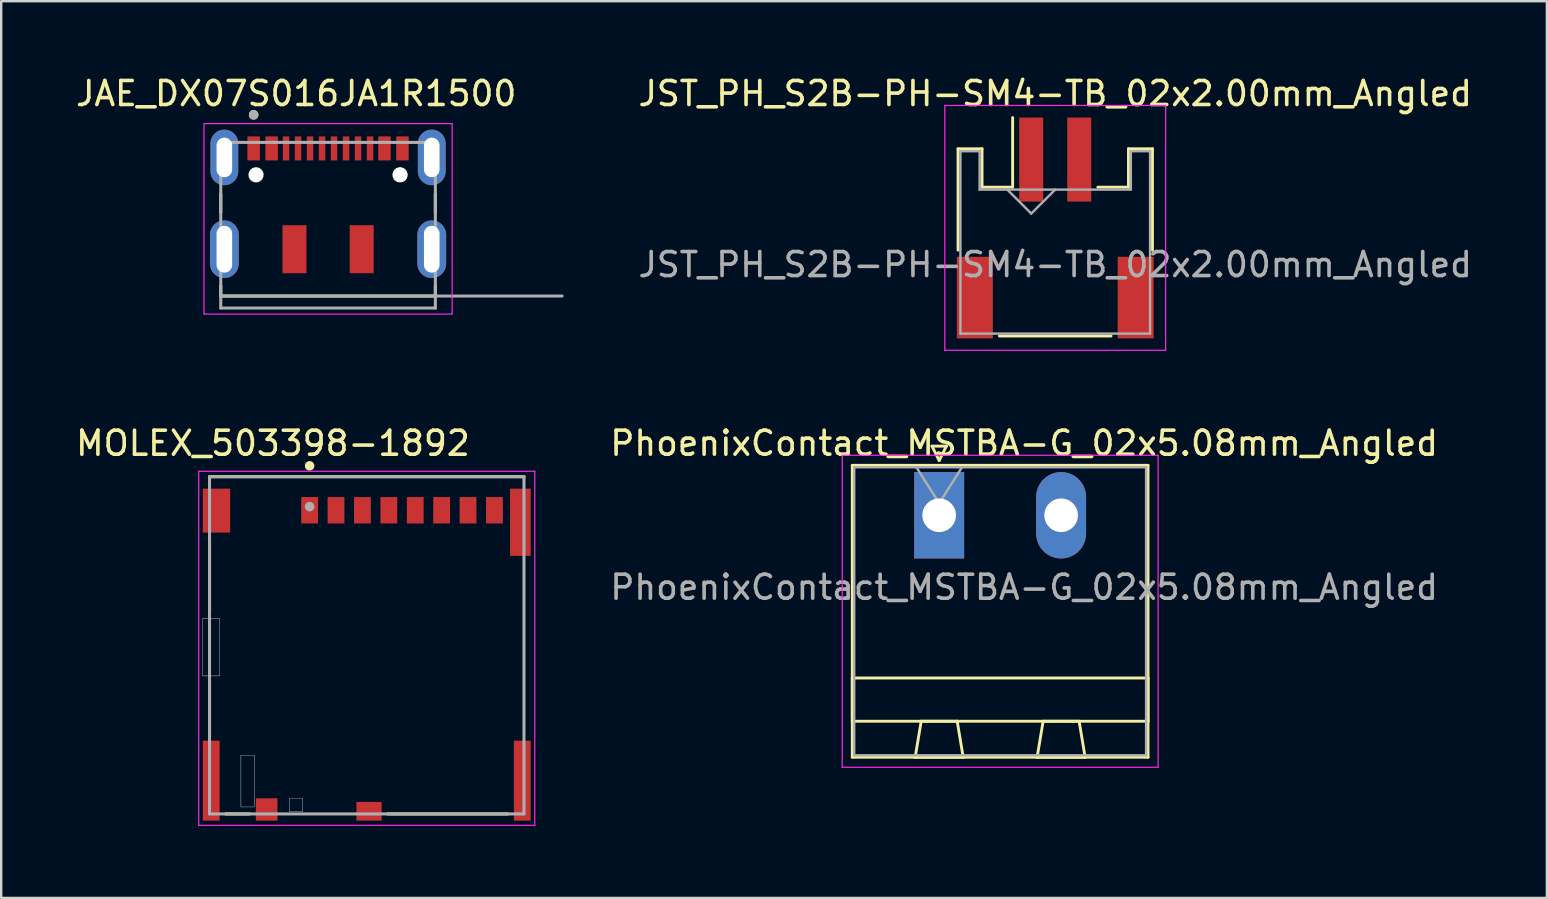
<source format=kicad_pcb>
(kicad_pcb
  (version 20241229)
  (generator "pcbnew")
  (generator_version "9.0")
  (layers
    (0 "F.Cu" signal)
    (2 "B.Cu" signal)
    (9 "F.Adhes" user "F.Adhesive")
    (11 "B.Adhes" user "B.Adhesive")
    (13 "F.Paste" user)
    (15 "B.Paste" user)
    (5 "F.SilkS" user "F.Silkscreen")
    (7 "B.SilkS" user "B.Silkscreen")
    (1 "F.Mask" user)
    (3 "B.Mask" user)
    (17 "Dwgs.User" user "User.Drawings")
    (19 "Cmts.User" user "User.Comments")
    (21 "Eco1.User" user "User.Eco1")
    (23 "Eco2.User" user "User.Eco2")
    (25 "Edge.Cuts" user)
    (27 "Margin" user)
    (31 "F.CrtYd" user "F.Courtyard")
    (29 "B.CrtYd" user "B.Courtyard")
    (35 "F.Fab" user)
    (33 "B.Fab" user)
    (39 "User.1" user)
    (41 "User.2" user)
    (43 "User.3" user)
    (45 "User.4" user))
  (footprint "JST_PH_S2B-PH-SM4-TB_02x2.00mm_Angled"
    (layer "F.Cu")
    (at 40.912 6.473)
    (property "Reference" "JST_PH_S2B-PH-SM4-TB_02x2.00mm_Angled" (at 0 -5.625 0) (layer "F.SilkS") (effects (font (size 1 1) (thickness 0.15))))
    (attr smd)
    (fp_line (start -4.05 -3.325) (end -4.05 0.9) (stroke (width 0.12) (type solid)) (layer "F.SilkS"))
    (fp_line (start -3.05 -3.325) (end -4.05 -3.325) (stroke (width 0.12) (type solid)) (layer "F.SilkS"))
    (fp_line (start -3.05 -1.725) (end -3.05 -3.325) (stroke (width 0.12) (type solid)) (layer "F.SilkS"))
    (fp_line (start -2.325 4.475) (end 2.325 4.475) (stroke (width 0.12) (type solid)) (layer "F.SilkS"))
    (fp_line (start -1.775 -1.725) (end -3.05 -1.725) (stroke (width 0.12) (type solid)) (layer "F.SilkS"))
    (fp_line (start -1.775 -1.725) (end -1.775 -4.625) (stroke (width 0.12) (type solid)) (layer "F.SilkS"))
    (fp_line (start 3.05 -3.325) (end 3.05 -1.725) (stroke (width 0.12) (type solid)) (layer "F.SilkS"))
    (fp_line (start 3.05 -1.725) (end 1.775 -1.725) (stroke (width 0.12) (type solid)) (layer "F.SilkS"))
    (fp_line (start 4.05 -3.325) (end 3.05 -3.325) (stroke (width 0.12) (type solid)) (layer "F.SilkS"))
    (fp_line (start 4.05 0.9) (end 4.05 -3.325) (stroke (width 0.12) (type solid)) (layer "F.SilkS"))
    (fp_line (start -4.6 -5.13) (end -4.6 5.07) (stroke (width 0.05) (type solid)) (layer "F.CrtYd"))
    (fp_line (start -4.6 5.07) (end 4.6 5.07) (stroke (width 0.05) (type solid)) (layer "F.CrtYd"))
    (fp_line (start 4.6 -5.13) (end -4.6 -5.13) (stroke (width 0.05) (type solid)) (layer "F.CrtYd"))
    (fp_line (start 4.6 5.07) (end 4.6 -5.13) (stroke (width 0.05) (type solid)) (layer "F.CrtYd"))
    (fp_line (start -3.95 -3.225) (end -3.95 4.375) (stroke (width 0.1) (type solid)) (layer "F.Fab"))
    (fp_line (start -3.95 4.375) (end 3.95 4.375) (stroke (width 0.1) (type solid)) (layer "F.Fab"))
    (fp_line (start -3.15 -3.225) (end -3.95 -3.225) (stroke (width 0.1) (type solid)) (layer "F.Fab"))
    (fp_line (start -3.15 -1.625) (end -3.15 -3.225) (stroke (width 0.1) (type solid)) (layer "F.Fab"))
    (fp_line (start -2 -1.625) (end -1 -0.625) (stroke (width 0.1) (type solid)) (layer "F.Fab"))
    (fp_line (start -1 -0.625) (end 0 -1.625) (stroke (width 0.1) (type solid)) (layer "F.Fab"))
    (fp_line (start 3.15 -3.225) (end 3.15 -1.625) (stroke (width 0.1) (type solid)) (layer "F.Fab"))
    (fp_line (start 3.15 -1.625) (end -3.15 -1.625) (stroke (width 0.1) (type solid)) (layer "F.Fab"))
    (fp_line (start 3.95 -3.225) (end 3.15 -3.225) (stroke (width 0.1) (type solid)) (layer "F.Fab"))
    (fp_line (start 3.95 4.375) (end 3.95 -3.225) (stroke (width 0.1) (type solid)) (layer "F.Fab"))
    (fp_text user "${REFERENCE}" (at 0 1.5 0) (layer "F.Fab") (effects (font (size 1 1) (thickness 0.15))))
    (pad "" smd rect (at -3.35 2.875) (size 1.5 3.4) (layers "F.Cu" "F.Mask" "F.Paste"))
    (pad "" smd rect (at 3.35 2.875) (size 1.5 3.4) (layers "F.Cu" "F.Mask" "F.Paste"))
    (pad "1" smd rect (at -1 -2.875) (size 1 3.5) (layers "F.Cu" "F.Mask" "F.Paste"))
    (pad "2" smd rect (at 1 -2.875) (size 1 3.5) (layers "F.Cu" "F.Mask" "F.Paste")))
  (footprint "JAE_DX07S016JA1R1500"
    (layer "F.Cu")
    (at 10.617 4.233)
    (property "Reference" "JAE_DX07S016JA1R1500" (at -1.325 -3.385 0) (layer "F.SilkS") (effects (font (size 1 1) (thickness 0.15))))
    (attr through_hole)
    (fp_line (start -4.47 0.805) (end -4.47 1.57) (stroke (width 0.127) (type solid)) (layer "F.SilkS"))
    (fp_line (start -4.47 5.05) (end -4.47 4.63) (stroke (width 0.127) (type solid)) (layer "F.SilkS"))
    (fp_line (start 4.47 0.805) (end 4.47 1.57) (stroke (width 0.127) (type solid)) (layer "F.SilkS"))
    (fp_line (start 4.47 4.63) (end 4.47 5.05) (stroke (width 0.127) (type solid)) (layer "F.SilkS"))
    (fp_line (start 4.47 5.05) (end -4.47 5.05) (stroke (width 0.127) (type solid)) (layer "F.SilkS"))
    (fp_circle (center -3.1 -2.5) (end -3 -2.5) (stroke (width 0.2) (type solid)) (fill no) (layer "F.SilkS"))
    (fp_line (start -5.17 -2.135) (end 5.17 -2.135) (stroke (width 0.05) (type solid)) (layer "F.CrtYd"))
    (fp_line (start -5.17 5.8) (end -5.17 -2.135) (stroke (width 0.05) (type solid)) (layer "F.CrtYd"))
    (fp_line (start 5.17 -2.135) (end 5.17 5.8) (stroke (width 0.05) (type solid)) (layer "F.CrtYd"))
    (fp_line (start 5.17 5.8) (end -5.17 5.8) (stroke (width 0.05) (type solid)) (layer "F.CrtYd"))
    (fp_line (start -4.47 -1.35) (end 4.47 -1.35) (stroke (width 0.127) (type solid)) (layer "F.Fab"))
    (fp_line (start -4.47 5.05) (end -4.47 -1.35) (stroke (width 0.127) (type solid)) (layer "F.Fab"))
    (fp_line (start -4.47 5.55) (end -4.47 5.05) (stroke (width 0.127) (type solid)) (layer "F.Fab"))
    (fp_line (start 4.47 -1.35) (end 4.47 5.05) (stroke (width 0.127) (type solid)) (layer "F.Fab"))
    (fp_line (start 4.47 5.05) (end -4.47 5.05) (stroke (width 0.127) (type solid)) (layer "F.Fab"))
    (fp_line (start 4.47 5.05) (end 4.47 5.55) (stroke (width 0.127) (type solid)) (layer "F.Fab"))
    (fp_line (start 4.47 5.05) (end 9.75 5.05) (stroke (width 0.127) (type solid)) (layer "F.Fab"))
    (fp_line (start 4.47 5.55) (end -4.47 5.55) (stroke (width 0.127) (type solid)) (layer "F.Fab"))
    (fp_circle (center -3.1 -2.5) (end -3 -2.5) (stroke (width 0.2) (type solid)) (fill no) (layer "F.Fab"))
    (pad "" np_thru_hole circle (at -3 0) (size 0.63 0.63) (drill 0.63) (layers "*.Cu" "*.Mask"))
    (pad "" np_thru_hole circle (at 3 0) (size 0.6 0.6) (drill 0.6) (layers "*.Cu" "*.Mask"))
    (pad "" np_thru_hole circle (at 3 0) (size 0.63 0.63) (drill 0.63) (layers "*.Cu" "*.Mask"))
    (pad "1" smd rect (at -3.1 -1.1) (size 0.52 1) (layers "F.Cu" "F.Mask" "F.Paste"))
    (pad "2" smd rect (at -2.35 -1.1) (size 0.52 1) (layers "F.Cu" "F.Mask" "F.Paste"))
    (pad "3" smd rect (at -1.75 -1.1) (size 0.27 1) (layers "F.Cu" "F.Mask" "F.Paste"))
    (pad "4" smd rect (at -1.25 -1.1) (size 0.27 1) (layers "F.Cu" "F.Mask" "F.Paste"))
    (pad "5" smd rect (at -0.75 -1.1) (size 0.27 1) (layers "F.Cu" "F.Mask" "F.Paste"))
    (pad "6" smd rect (at -0.25 -1.1) (size 0.27 1) (layers "F.Cu" "F.Mask" "F.Paste"))
    (pad "7" smd rect (at 0.25 -1.1) (size 0.27 1) (layers "F.Cu" "F.Mask" "F.Paste"))
    (pad "8" smd rect (at 0.75 -1.1) (size 0.27 1) (layers "F.Cu" "F.Mask" "F.Paste"))
    (pad "9" smd rect (at 1.25 -1.1) (size 0.27 1) (layers "F.Cu" "F.Mask" "F.Paste"))
    (pad "10" smd rect (at 1.75 -1.1) (size 0.27 1) (layers "F.Cu" "F.Mask" "F.Paste"))
    (pad "11" smd rect (at 2.35 -1.1) (size 0.52 1) (layers "F.Cu" "F.Mask" "F.Paste"))
    (pad "12" smd rect (at 3.1 -1.1) (size 0.52 1) (layers "F.Cu" "F.Mask" "F.Paste"))
    (pad "S1" smd rect (at -1.4 3.1) (size 1 2) (layers "F.Cu" "F.Mask" "F.Paste"))
    (pad "S2" smd rect (at 1.4 3.1) (size 1 2) (layers "F.Cu" "F.Mask" "F.Paste"))
    (pad "S3" thru_hole oval (at -4.32 -0.725) (size 1.158 2.316) (drill oval 0.65 1.65) (layers "*.Cu" "*.Mask"))
    (pad "S4" thru_hole oval (at 4.32 -0.725) (size 1.158 2.316) (drill oval 0.65 1.65) (layers "*.Cu" "*.Mask"))
    (pad "S5" thru_hole oval (at -4.32 3.1) (size 1.2 2.4) (drill oval 0.65 1.95) (layers "*.Cu" "*.Mask"))
    (pad "S6" thru_hole oval (at 4.32 3.1) (size 1.2 2.4) (drill oval 0.65 1.95) (layers "*.Cu" "*.Mask")))
  (footprint "MOLEX_503398-1892"
    (layer "F.Cu")
    (at 12.229 23.833)
    (property "Reference" "MOLEX_503398-1892" (at -3.908 -8.416 0) (layer "F.SilkS") (effects (font (size 1.001 1.001) (thickness 0.15))))
    (attr through_hole)
    (fp_line (start -6.55 -7.025) (end 6.55 -7.025) (stroke (width 0.127) (type solid)) (layer "F.SilkS"))
    (fp_line (start -6.55 -4.325) (end -6.55 -1.425) (stroke (width 0.127) (type solid)) (layer "F.SilkS"))
    (fp_line (start -6.55 1.575) (end -6.55 3.675) (stroke (width 0.127) (type solid)) (layer "F.SilkS"))
    (fp_line (start -5.876 7.025) (end -4.874 7.025) (stroke (width 0.127) (type solid)) (layer "F.SilkS"))
    (fp_line (start 0.874 7.025) (end 5.876 7.025) (stroke (width 0.127) (type solid)) (layer "F.SilkS"))
    (fp_circle (center -2.38 -7.475) (end -2.28 -7.475) (stroke (width 0.2) (type solid)) (fill no) (layer "F.SilkS"))
    (fp_poly (pts (xy -6.842 -1.125) (xy -6.13 -1.125) (xy -6.13 1.277) (xy -6.842 1.277)) (stroke (width 0.01) (type solid)) (fill no) (layer "Dwgs.User"))
    (fp_poly (pts (xy -6.836 -1.125) (xy -6.13 -1.125) (xy -6.13 1.276) (xy -6.836 1.276)) (stroke (width 0.01) (type solid)) (fill no) (layer "Dwgs.User"))
    (fp_poly (pts (xy -5.245 4.575) (xy -4.685 4.575) (xy -4.685 6.738) (xy -5.245 6.738)) (stroke (width 0.01) (type solid)) (fill no) (layer "Dwgs.User"))
    (fp_poly (pts (xy -5.239 4.575) (xy -4.685 4.575) (xy -4.685 6.73) (xy -5.239 6.73)) (stroke (width 0.01) (type solid)) (fill no) (layer "Dwgs.User"))
    (fp_poly (pts (xy -3.225 6.375) (xy -2.67 6.375) (xy -2.67 6.937) (xy -3.225 6.937)) (stroke (width 0.01) (type solid)) (fill no) (layer "Dwgs.User"))
    (fp_poly (pts (xy -3.223 6.375) (xy -2.67 6.375) (xy -2.67 6.93) (xy -3.223 6.93)) (stroke (width 0.01) (type solid)) (fill no) (layer "Dwgs.User"))
    (fp_poly (pts (xy -3.17 -3.725) (xy -3.17 1.275) (xy -3.82 1.275) (xy -3.82 3.875) (xy 0.57 3.875) (xy 0.57 5.125) (xy -1.73 5.125) (xy -1.73 7.305) (xy -0.43 7.305) (xy -0.43 6.525) (xy 6.13 6.525) (xy 6.13 3.975) (xy 6.83 3.975) (xy 6.83 -3.725)) (stroke (width 0.0001) (type solid)) (fill no) (layer "Dwgs.User"))
    (fp_poly (pts (xy -3.17 -3.725) (xy -3.17 1.275) (xy -3.82 1.275) (xy -3.82 3.875) (xy 0.57 3.875) (xy 0.57 5.125) (xy -1.73 5.125) (xy -1.73 7.305) (xy -0.43 7.305) (xy -0.43 6.525) (xy 6.13 6.525) (xy 6.13 3.975) (xy 6.83 3.975) (xy 6.83 -3.725)) (stroke (width 0.0001) (type solid)) (fill no) (layer "Dwgs.User"))
    (fp_line (start -7 -7.25) (end 7 -7.25) (stroke (width 0.05) (type solid)) (layer "F.CrtYd"))
    (fp_line (start -7 7.5) (end -7 -7.25) (stroke (width 0.05) (type solid)) (layer "F.CrtYd"))
    (fp_line (start 7 -7.25) (end 7 7.5) (stroke (width 0.05) (type solid)) (layer "F.CrtYd"))
    (fp_line (start 7 7.5) (end -7 7.5) (stroke (width 0.05) (type solid)) (layer "F.CrtYd"))
    (fp_line (start -6.55 -7.025) (end 6.55 -7.025) (stroke (width 0.127) (type solid)) (layer "F.Fab"))
    (fp_line (start -6.55 7.025) (end -6.55 -7.025) (stroke (width 0.127) (type solid)) (layer "F.Fab"))
    (fp_line (start 6.55 -7.025) (end 6.55 7.025) (stroke (width 0.127) (type solid)) (layer "F.Fab"))
    (fp_line (start 6.55 7.025) (end -6.55 7.025) (stroke (width 0.127) (type solid)) (layer "F.Fab"))
    (fp_circle (center -2.38 -5.775) (end -2.28 -5.775) (stroke (width 0.2) (type solid)) (fill no) (layer "F.Fab"))
    (pad "1" smd rect (at -2.38 -5.625) (size 0.7 1.1) (layers "F.Cu" "F.Mask" "F.Paste"))
    (pad "2" smd rect (at -1.28 -5.625) (size 0.7 1.1) (layers "F.Cu" "F.Mask" "F.Paste"))
    (pad "3" smd rect (at -0.18 -5.625) (size 0.7 1.1) (layers "F.Cu" "F.Mask" "F.Paste"))
    (pad "4" smd rect (at 0.92 -5.625) (size 0.7 1.1) (layers "F.Cu" "F.Mask" "F.Paste"))
    (pad "5" smd rect (at 2.02 -5.625) (size 0.7 1.1) (layers "F.Cu" "F.Mask" "F.Paste"))
    (pad "6" smd rect (at 3.12 -5.625) (size 0.7 1.1) (layers "F.Cu" "F.Mask" "F.Paste"))
    (pad "7" smd rect (at 4.22 -5.625) (size 0.7 1.1) (layers "F.Cu" "F.Mask" "F.Paste"))
    (pad "8" smd rect (at 5.32 -5.625) (size 0.7 1.1) (layers "F.Cu" "F.Mask" "F.Paste"))
    (pad "9" smd rect (at -4.17 6.84) (size 0.9 0.93) (layers "F.Cu" "F.Mask" "F.Paste"))
    (pad "10" smd rect (at 0.095 6.915) (size 1.05 0.78) (layers "F.Cu" "F.Mask" "F.Paste"))
    (pad "P1" smd rect (at -6.26 -5.61) (size 1.14 1.83) (layers "F.Cu" "F.Mask" "F.Paste"))
    (pad "P2" smd rect (at 6.4 -5.125) (size 0.86 2.8) (layers "F.Cu" "F.Mask" "F.Paste"))
    (pad "P3" smd rect (at -6.48 5.64) (size 0.7 3.33) (layers "F.Cu" "F.Mask" "F.Paste"))
    (pad "P4" smd rect (at 6.48 5.64) (size 0.7 3.33) (layers "F.Cu" "F.Mask" "F.Paste")))
  (footprint "PhoenixContact_MSTBA-G_02x5.08mm_Angled"
    (layer "F.Cu")
    (at 36.077 18.416)
    (property "Reference" "PhoenixContact_MSTBA-G_02x5.08mm_Angled" (at 3.54 -3 0) (layer "F.SilkS") (effects (font (size 1 1) (thickness 0.15))))
    (attr through_hole)
    (fp_line (start -3.62 -2.08) (end -3.62 10.08) (stroke (width 0.12) (type solid)) (layer "F.SilkS"))
    (fp_line (start -3.62 6.78) (end 8.7 6.78) (stroke (width 0.12) (type solid)) (layer "F.SilkS"))
    (fp_line (start -3.62 8.58) (end -3.62 6.78) (stroke (width 0.12) (type solid)) (layer "F.SilkS"))
    (fp_line (start -3.62 10.08) (end 8.7 10.08) (stroke (width 0.12) (type solid)) (layer "F.SilkS"))
    (fp_line (start -1 10.08) (end 1 10.08) (stroke (width 0.12) (type solid)) (layer "F.SilkS"))
    (fp_line (start -0.75 8.58) (end -1 10.08) (stroke (width 0.12) (type solid)) (layer "F.SilkS"))
    (fp_line (start -0.3 -2.88) (end 0.3 -2.88) (stroke (width 0.12) (type solid)) (layer "F.SilkS"))
    (fp_line (start 0 -2.28) (end -0.3 -2.88) (stroke (width 0.12) (type solid)) (layer "F.SilkS"))
    (fp_line (start 0.3 -2.88) (end 0 -2.28) (stroke (width 0.12) (type solid)) (layer "F.SilkS"))
    (fp_line (start 0.75 8.58) (end -0.75 8.58) (stroke (width 0.12) (type solid)) (layer "F.SilkS"))
    (fp_line (start 1 10.08) (end 0.75 8.58) (stroke (width 0.12) (type solid)) (layer "F.SilkS"))
    (fp_line (start 4.08 10.08) (end 6.08 10.08) (stroke (width 0.12) (type solid)) (layer "F.SilkS"))
    (fp_line (start 4.33 8.58) (end 4.08 10.08) (stroke (width 0.12) (type solid)) (layer "F.SilkS"))
    (fp_line (start 5.83 8.58) (end 4.33 8.58) (stroke (width 0.12) (type solid)) (layer "F.SilkS"))
    (fp_line (start 6.08 10.08) (end 5.83 8.58) (stroke (width 0.12) (type solid)) (layer "F.SilkS"))
    (fp_line (start 8.7 -2.08) (end -3.62 -2.08) (stroke (width 0.12) (type solid)) (layer "F.SilkS"))
    (fp_line (start 8.7 6.78) (end 8.7 8.58) (stroke (width 0.12) (type solid)) (layer "F.SilkS"))
    (fp_line (start 8.7 8.58) (end -3.62 8.58) (stroke (width 0.12) (type solid)) (layer "F.SilkS"))
    (fp_line (start 8.7 10.08) (end 8.7 -2.08) (stroke (width 0.12) (type solid)) (layer "F.SilkS"))
    (fp_line (start -4.04 -2.5) (end -4.04 10.5) (stroke (width 0.05) (type solid)) (layer "F.CrtYd"))
    (fp_line (start -4.04 10.5) (end 9.12 10.5) (stroke (width 0.05) (type solid)) (layer "F.CrtYd"))
    (fp_line (start 9.12 -2.5) (end -4.04 -2.5) (stroke (width 0.05) (type solid)) (layer "F.CrtYd"))
    (fp_line (start 9.12 10.5) (end 9.12 -2.5) (stroke (width 0.05) (type solid)) (layer "F.CrtYd"))
    (fp_line (start -3.54 -2) (end -3.54 10) (stroke (width 0.1) (type solid)) (layer "F.Fab"))
    (fp_line (start -3.54 10) (end 8.62 10) (stroke (width 0.1) (type solid)) (layer "F.Fab"))
    (fp_line (start 0 -0.5) (end -0.95 -2) (stroke (width 0.1) (type solid)) (layer "F.Fab"))
    (fp_line (start 0.95 -2) (end 0 -0.5) (stroke (width 0.1) (type solid)) (layer "F.Fab"))
    (fp_line (start 8.62 -2) (end -3.54 -2) (stroke (width 0.1) (type solid)) (layer "F.Fab"))
    (fp_line (start 8.62 10) (end 8.62 -2) (stroke (width 0.1) (type solid)) (layer "F.Fab"))
    (fp_text user "${REFERENCE}" (at 3.54 3 0) (layer "F.Fab") (effects (font (size 1 1) (thickness 0.15))))
    (pad "1" thru_hole rect (at 0 0) (size 2.08 3.6) (drill 1.4) (layers "*.Cu" "*.Mask"))
    (pad "2" thru_hole oval (at 5.08 0) (size 2.08 3.6) (drill 1.4) (layers "*.Cu" "*.Mask")))
  (gr_rect
    (start -3 -3)
    (end 61.394 34.358)
    (stroke (width 0.1) (type default))
    (fill no)
    (layer "Edge.Cuts")))
</source>
